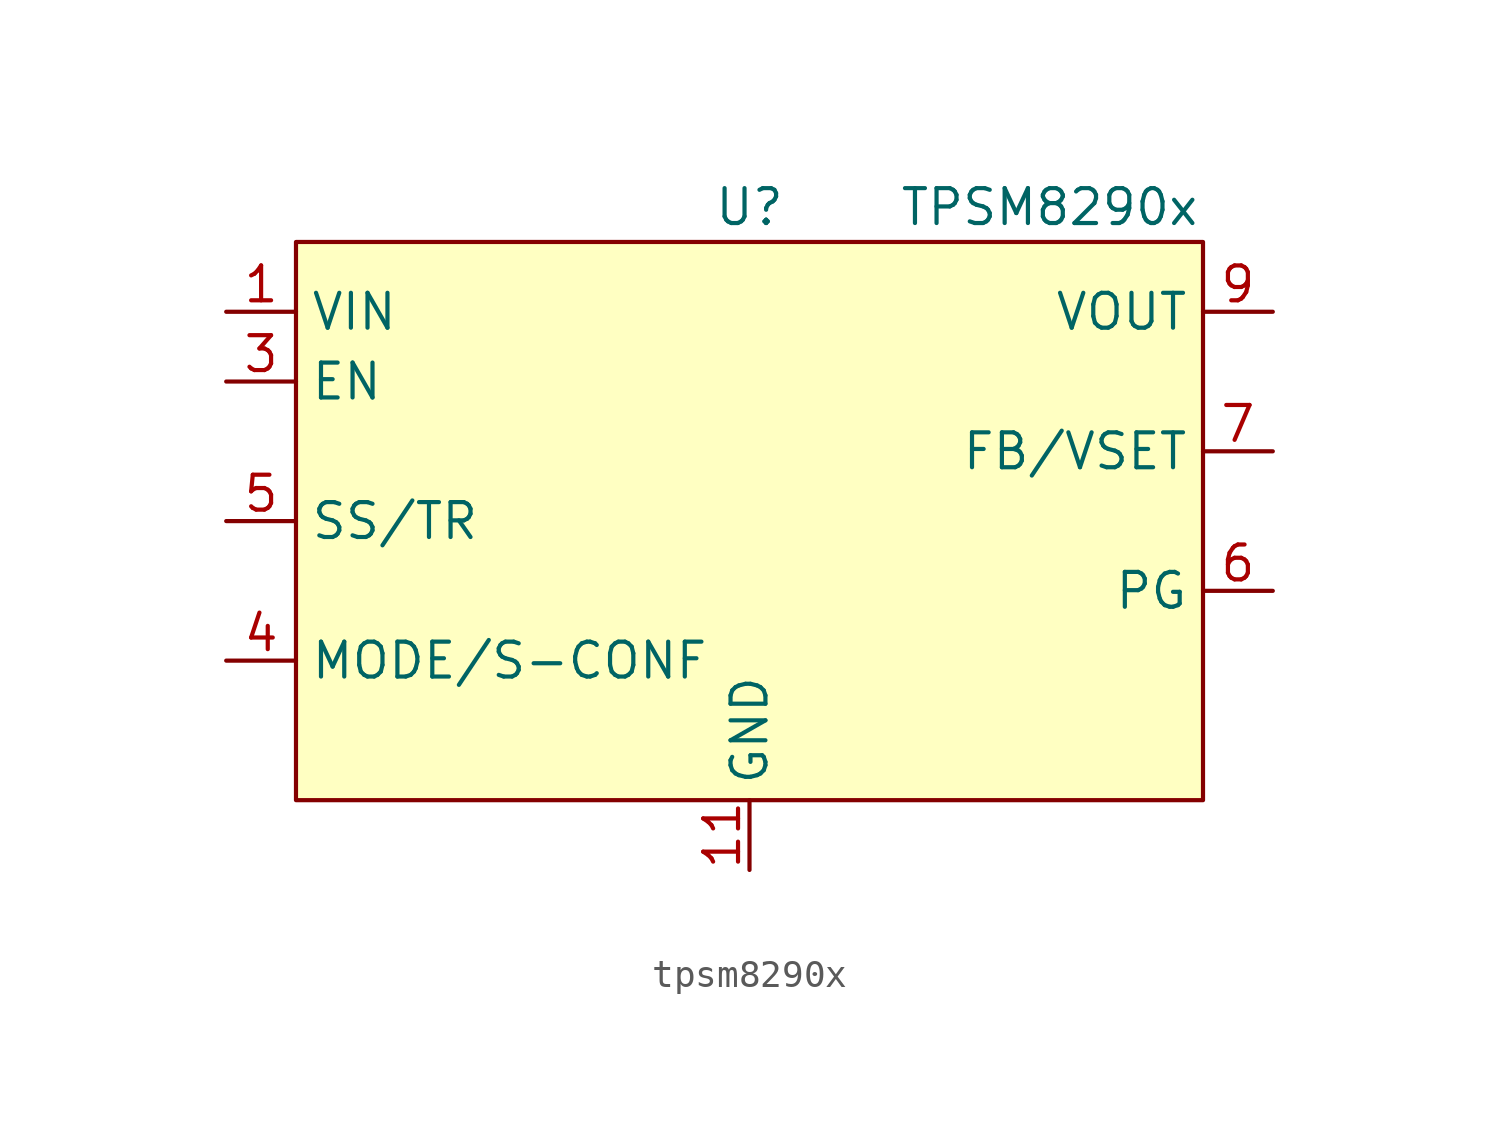
<source format=kicad_sym>
(kicad_symbol_lib
  (version 20241209)
  (generator "kicad_symbol_editor")
  (generator_version "9.0")
  (symbol "tpsm8290x"
    (property "Reference" "U"
      (at 0 11.43 0)
      (effects (font (size 1.27 1.27))))
    (property "Value" "TPSM8290x"
      (at 10.922 11.43 0)
      (effects (font (size 1.27 1.27))))
    (symbol "tpsm8290x_0_0"
      (pin power_in line (at -19.05 7.62 0) (length 2.54) (name "VIN" (effects (font (size 1.27 1.27)))) (number "1" (effects (font (size 1.27 1.27)))))
      (pin input line (at -19.05 5.08 0) (length 2.54) (name "EN" (effects (font (size 1.27 1.27)))) (number "3" (effects (font (size 1.27 1.27)))))
      (pin input line (at -19.05 0 0) (length 2.54) (name "SS/TR" (effects (font (size 1.27 1.27)))) (number "5" (effects (font (size 1.27 1.27)))))
      (pin input line (at -19.05 -5.08 0) (length 2.54) (name "MODE/S-CONF" (effects (font (size 1.27 1.27)))) (number "4" (effects (font (size 1.27 1.27)))))
      (pin power_in line (at 0 -12.7 90) (length 2.54) (name "GND" (effects (font (size 1.27 1.27)))) (number "11" (effects (font (size 1.27 1.27)))))
      (pin power_out line (at 19.05 7.62 180) (length 2.54) (name "VOUT" (effects (font (size 1.27 1.27)))) (number "9" (effects (font (size 1.27 1.27)))))
      (pin input line (at 19.05 2.54 180) (length 2.54) (name "FB/VSET" (effects (font (size 1.27 1.27)))) (number "7" (effects (font (size 1.27 1.27)))))
      (pin output line (at 19.05 -2.54 180) (length 2.54) (name "PG" (effects (font (size 1.27 1.27)))) (number "6" (effects (font (size 1.27 1.27))))))
    (symbol "tpsm8290x_1_0"
      (pin passive line (at -19.05 7.62 0) (length 2.54) (hide yes) (name "VIN" (effects (font (size 1.27 1.27)))) (number "2" (effects (font (size 1.27 1.27)))))
      (pin no_connect line (at 2.54 -12.7 90) (length 2.54) (hide yes) (name "SW/NC" (effects (font (size 1.27 1.27)))) (number "8" (effects (font (size 1.27 1.27)))))
      (pin passive line (at 19.05 7.62 180) (length 2.54) (hide yes) (name "VOUT" (effects (font (size 1.27 1.27)))) (number "10" (effects (font (size 1.27 1.27))))))
    (symbol "tpsm8290x_1_1"
      (rectangle (start -16.51 10.16) (end 16.51 -10.16) (stroke (width 0) (type default)) (fill (type background))))))
</source>
